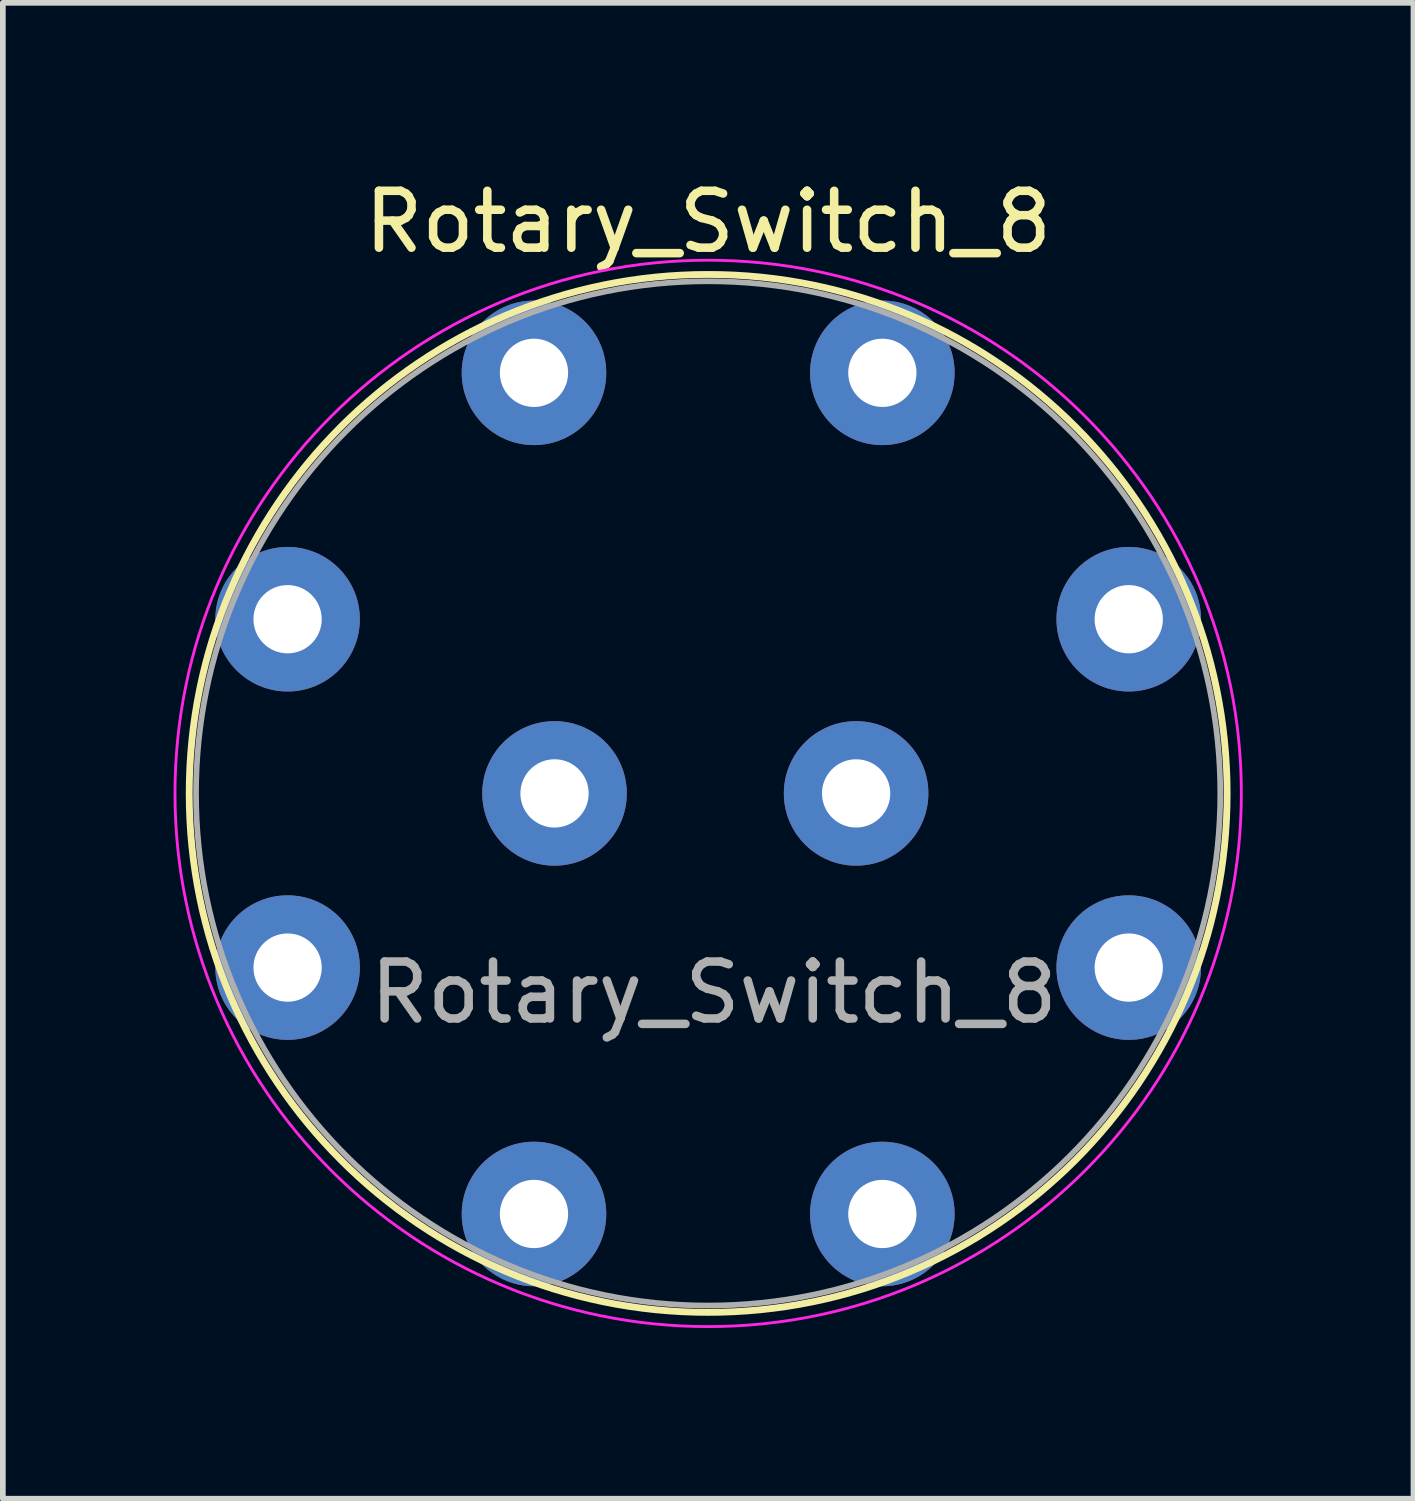
<source format=kicad_pcb>
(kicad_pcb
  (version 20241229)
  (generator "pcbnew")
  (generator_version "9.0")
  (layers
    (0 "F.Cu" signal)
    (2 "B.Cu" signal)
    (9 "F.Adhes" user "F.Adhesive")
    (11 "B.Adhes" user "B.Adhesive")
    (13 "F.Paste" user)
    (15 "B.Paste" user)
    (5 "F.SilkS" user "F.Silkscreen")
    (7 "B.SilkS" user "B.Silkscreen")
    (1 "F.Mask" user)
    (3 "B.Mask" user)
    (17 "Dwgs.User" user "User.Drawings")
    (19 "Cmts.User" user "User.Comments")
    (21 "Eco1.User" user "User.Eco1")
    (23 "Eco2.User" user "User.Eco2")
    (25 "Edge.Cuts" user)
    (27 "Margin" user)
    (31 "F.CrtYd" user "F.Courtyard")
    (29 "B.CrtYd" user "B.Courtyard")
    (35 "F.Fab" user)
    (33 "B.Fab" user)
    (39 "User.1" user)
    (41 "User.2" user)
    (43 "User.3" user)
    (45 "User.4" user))
  (footprint "Rotary_Switch_8"
    (layer "F.Cu")
    (at 9.395 10.893)
    (property "Reference" "Rotary_Switch_8" (at 0 -10.045 0) (layer "F.SilkS") (effects (font (size 1 1) (thickness 0.15))))
    (fp_circle (center 0 0) (end 0 9.12) (stroke (width 0.12) (type default)) (fill no) (layer "F.SilkS"))
    (fp_circle (center 0 0) (end 0 9.37) (stroke (width 0.05) (type default)) (fill no) (layer "F.CrtYd"))
    (fp_circle (center 0 0) (end 0 9) (stroke (width 0.1) (type default)) (fill no) (layer "F.Fab"))
    (fp_text user "${REFERENCE}" (at 0.1 3.5 0) (layer "F.Fab") (effects (font (size 1 1) (thickness 0.15))))
    (pad "1" thru_hole circle (at 3.061 -7.391 22.5) (size 2.54 2.54) (drill 1.2) (layers "*.Cu" "*.Mask"))
    (pad "2" thru_hole circle (at 7.391 -3.061 22.5) (size 2.54 2.54) (drill 1.2) (layers "*.Cu" "*.Mask"))
    (pad "3" thru_hole circle (at 7.391 3.061 22.5) (size 2.54 2.54) (drill 1.2) (layers "*.Cu" "*.Mask"))
    (pad "4" thru_hole circle (at 3.061 7.391 22.5) (size 2.54 2.54) (drill 1.2) (layers "*.Cu" "*.Mask"))
    (pad "5" thru_hole circle (at -3.061 7.391 22.5) (size 2.54 2.54) (drill 1.2) (layers "*.Cu" "*.Mask"))
    (pad "6" thru_hole circle (at -7.391 3.061 22.5) (size 2.54 2.54) (drill 1.2) (layers "*.Cu" "*.Mask"))
    (pad "7" thru_hole circle (at -7.391 -3.061 22.5) (size 2.54 2.54) (drill 1.2) (layers "*.Cu" "*.Mask"))
    (pad "8" thru_hole circle (at -3.061 -7.391 22.5) (size 2.54 2.54) (drill 1.2) (layers "*.Cu" "*.Mask"))
    (pad "9" thru_hole circle (at 2.6 0) (size 2.54 2.54) (drill 1.2) (layers "*.Cu" "*.Mask"))
    (pad "MP" thru_hole circle (at -2.7 0) (size 2.54 2.54) (drill 1.2) (layers "*.Cu" "*.Mask")))
  (gr_rect
    (start -3 -3)
    (end 21.79 23.288)
    (stroke (width 0.1) (type default))
    (fill no)
    (layer "Edge.Cuts")))
</source>
